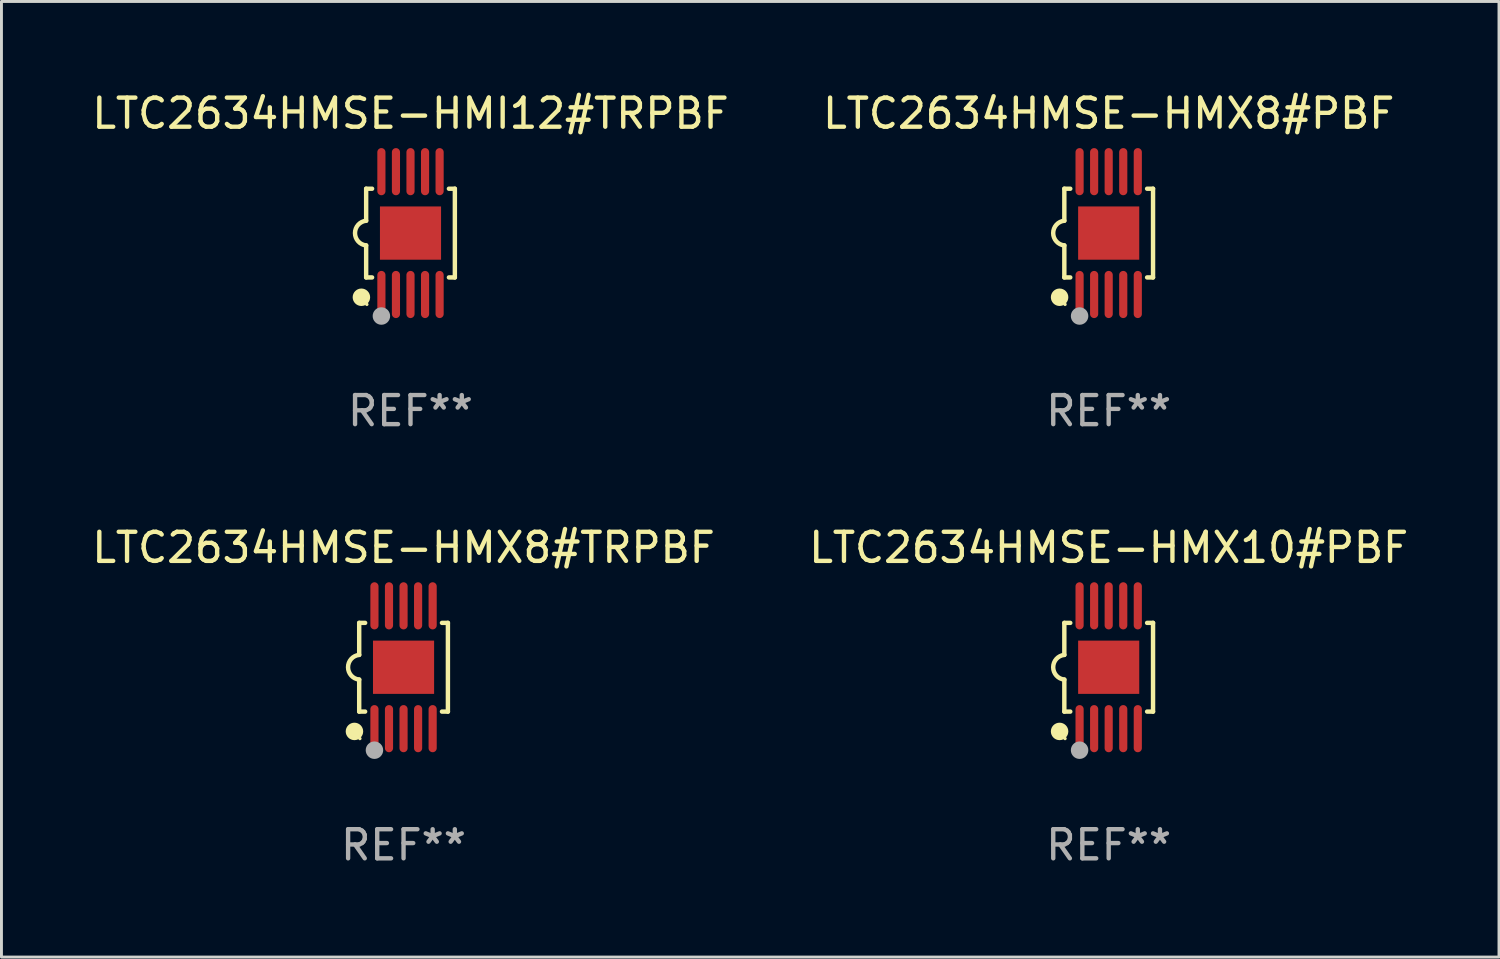
<source format=kicad_pcb>
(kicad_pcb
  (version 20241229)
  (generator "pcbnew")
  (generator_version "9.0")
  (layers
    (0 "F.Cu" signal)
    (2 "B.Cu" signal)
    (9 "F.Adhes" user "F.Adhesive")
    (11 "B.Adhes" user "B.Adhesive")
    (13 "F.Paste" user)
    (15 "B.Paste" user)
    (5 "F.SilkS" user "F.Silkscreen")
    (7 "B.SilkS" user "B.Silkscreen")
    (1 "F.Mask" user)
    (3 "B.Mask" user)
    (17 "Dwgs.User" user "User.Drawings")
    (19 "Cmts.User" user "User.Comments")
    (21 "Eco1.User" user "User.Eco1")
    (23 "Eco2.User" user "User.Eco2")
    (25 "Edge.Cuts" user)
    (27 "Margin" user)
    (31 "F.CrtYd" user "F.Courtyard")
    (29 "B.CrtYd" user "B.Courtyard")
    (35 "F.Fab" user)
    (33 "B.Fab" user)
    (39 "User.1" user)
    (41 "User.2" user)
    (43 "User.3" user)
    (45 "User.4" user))
  (footprint "LTC2634HMSE-HMX8#TRPBF"
    (layer "F.Cu")
    (at 10.815 19.875)
    (property "Reference" "LTC2634HMSE-HMX8#TRPBF" (at 0 -4.11 0) (layer "F.SilkS") (effects (font (size 1 1) (thickness 0.15))))
    (attr through_hole)
    (fp_line (start -1.524 -1.524) (end -1.524 -0.424) (stroke (width 0.152) (type solid)) (layer "F.SilkS"))
    (fp_line (start -1.524 1.524) (end -1.524 0.424) (stroke (width 0.152) (type solid)) (layer "F.SilkS"))
    (fp_line (start -1.524 1.524) (end -1.32 1.524) (stroke (width 0.152) (type solid)) (layer "F.SilkS"))
    (fp_line (start -1.32 -1.524) (end -1.524 -1.524) (stroke (width 0.152) (type solid)) (layer "F.SilkS"))
    (fp_line (start 1.32 1.524) (end 1.524 1.524) (stroke (width 0.152) (type solid)) (layer "F.SilkS"))
    (fp_line (start 1.524 -1.524) (end 1.32 -1.524) (stroke (width 0.152) (type solid)) (layer "F.SilkS"))
    (fp_line (start 1.524 1.524) (end 1.524 -1.524) (stroke (width 0.152) (type solid)) (layer "F.SilkS"))
    (fp_arc (start -1.524003 0.424003) (mid -1.906663 -0.000089) (end -1.524004 -0.424181) (stroke (width 0.151994) (type solid)) (layer "F.SilkS"))
    (fp_circle (center -1.687 2.205) (end -1.537 2.205) (stroke (width 0.3) (type solid)) (fill no) (layer "F.SilkS"))
    (fp_circle (center -1.5 2.45) (end -1.47 2.45) (stroke (width 0.06) (type solid)) (fill no) (layer "F.SilkS"))
    (fp_circle (center -1 2.85) (end -0.85 2.85) (stroke (width 0.3) (type solid)) (fill no) (layer "F.Fab"))
    (fp_text user "REF**" (at 0 6.11 0) (layer "F.Fab") (effects (font (size 1 1) (thickness 0.15))))
    (pad "1" smd oval (at -1 2.11) (size 0.28 1.62) (layers "F.Cu" "F.Mask" "F.Paste"))
    (pad "2" smd oval (at -0.5 2.11) (size 0.28 1.62) (layers "F.Cu" "F.Mask" "F.Paste"))
    (pad "3" smd oval (at 0 2.11) (size 0.28 1.62) (layers "F.Cu" "F.Mask" "F.Paste"))
    (pad "4" smd oval (at 0.5 2.11) (size 0.28 1.62) (layers "F.Cu" "F.Mask" "F.Paste"))
    (pad "5" smd oval (at 1 2.11) (size 0.28 1.62) (layers "F.Cu" "F.Mask" "F.Paste"))
    (pad "6" smd oval (at 1 -2.11) (size 0.28 1.62) (layers "F.Cu" "F.Mask" "F.Paste"))
    (pad "7" smd oval (at 0.5 -2.11) (size 0.28 1.62) (layers "F.Cu" "F.Mask" "F.Paste"))
    (pad "8" smd oval (at 0 -2.11) (size 0.28 1.62) (layers "F.Cu" "F.Mask" "F.Paste"))
    (pad "9" smd oval (at -0.5 -2.11) (size 0.28 1.62) (layers "F.Cu" "F.Mask" "F.Paste"))
    (pad "10" smd oval (at -1 -2.11) (size 0.28 1.62) (layers "F.Cu" "F.Mask" "F.Paste"))
    (pad "11" smd rect (at 0 0) (size 2.1 1.83) (layers "F.Cu" "F.Mask" "F.Paste")))
  (footprint "LTC2634HMSE-HMX10#PBF"
    (layer "F.Cu")
    (at 35.042 19.875)
    (property "Reference" "LTC2634HMSE-HMX10#PBF" (at 0 -4.11 0) (layer "F.SilkS") (effects (font (size 1 1) (thickness 0.15))))
    (attr through_hole)
    (fp_line (start -1.524 -1.524) (end -1.524 -0.424) (stroke (width 0.152) (type solid)) (layer "F.SilkS"))
    (fp_line (start -1.524 1.524) (end -1.524 0.424) (stroke (width 0.152) (type solid)) (layer "F.SilkS"))
    (fp_line (start -1.524 1.524) (end -1.32 1.524) (stroke (width 0.152) (type solid)) (layer "F.SilkS"))
    (fp_line (start -1.32 -1.524) (end -1.524 -1.524) (stroke (width 0.152) (type solid)) (layer "F.SilkS"))
    (fp_line (start 1.32 1.524) (end 1.524 1.524) (stroke (width 0.152) (type solid)) (layer "F.SilkS"))
    (fp_line (start 1.524 -1.524) (end 1.32 -1.524) (stroke (width 0.152) (type solid)) (layer "F.SilkS"))
    (fp_line (start 1.524 1.524) (end 1.524 -1.524) (stroke (width 0.152) (type solid)) (layer "F.SilkS"))
    (fp_arc (start -1.524003 0.424003) (mid -1.906663 -0.000089) (end -1.524004 -0.424181) (stroke (width 0.151994) (type solid)) (layer "F.SilkS"))
    (fp_circle (center -1.687 2.205) (end -1.537 2.205) (stroke (width 0.3) (type solid)) (fill no) (layer "F.SilkS"))
    (fp_circle (center -1.5 2.45) (end -1.47 2.45) (stroke (width 0.06) (type solid)) (fill no) (layer "F.SilkS"))
    (fp_circle (center -1 2.85) (end -0.85 2.85) (stroke (width 0.3) (type solid)) (fill no) (layer "F.Fab"))
    (fp_text user "REF**" (at 0 6.11 0) (layer "F.Fab") (effects (font (size 1 1) (thickness 0.15))))
    (pad "1" smd oval (at -1 2.11) (size 0.28 1.62) (layers "F.Cu" "F.Mask" "F.Paste"))
    (pad "2" smd oval (at -0.5 2.11) (size 0.28 1.62) (layers "F.Cu" "F.Mask" "F.Paste"))
    (pad "3" smd oval (at 0 2.11) (size 0.28 1.62) (layers "F.Cu" "F.Mask" "F.Paste"))
    (pad "4" smd oval (at 0.5 2.11) (size 0.28 1.62) (layers "F.Cu" "F.Mask" "F.Paste"))
    (pad "5" smd oval (at 1 2.11) (size 0.28 1.62) (layers "F.Cu" "F.Mask" "F.Paste"))
    (pad "6" smd oval (at 1 -2.11) (size 0.28 1.62) (layers "F.Cu" "F.Mask" "F.Paste"))
    (pad "7" smd oval (at 0.5 -2.11) (size 0.28 1.62) (layers "F.Cu" "F.Mask" "F.Paste"))
    (pad "8" smd oval (at 0 -2.11) (size 0.28 1.62) (layers "F.Cu" "F.Mask" "F.Paste"))
    (pad "9" smd oval (at -0.5 -2.11) (size 0.28 1.62) (layers "F.Cu" "F.Mask" "F.Paste"))
    (pad "10" smd oval (at -1 -2.11) (size 0.28 1.62) (layers "F.Cu" "F.Mask" "F.Paste"))
    (pad "11" smd rect (at 0 0) (size 2.1 1.83) (layers "F.Cu" "F.Mask" "F.Paste")))
  (footprint "LTC2634HMSE-HMX8#PBF"
    (layer "F.Cu")
    (at 35.042 4.958)
    (property "Reference" "LTC2634HMSE-HMX8#PBF" (at 0 -4.11 0) (layer "F.SilkS") (effects (font (size 1 1) (thickness 0.15))))
    (attr through_hole)
    (fp_line (start -1.524 -1.524) (end -1.524 -0.424) (stroke (width 0.152) (type solid)) (layer "F.SilkS"))
    (fp_line (start -1.524 1.524) (end -1.524 0.424) (stroke (width 0.152) (type solid)) (layer "F.SilkS"))
    (fp_line (start -1.524 1.524) (end -1.32 1.524) (stroke (width 0.152) (type solid)) (layer "F.SilkS"))
    (fp_line (start -1.32 -1.524) (end -1.524 -1.524) (stroke (width 0.152) (type solid)) (layer "F.SilkS"))
    (fp_line (start 1.32 1.524) (end 1.524 1.524) (stroke (width 0.152) (type solid)) (layer "F.SilkS"))
    (fp_line (start 1.524 -1.524) (end 1.32 -1.524) (stroke (width 0.152) (type solid)) (layer "F.SilkS"))
    (fp_line (start 1.524 1.524) (end 1.524 -1.524) (stroke (width 0.152) (type solid)) (layer "F.SilkS"))
    (fp_arc (start -1.524003 0.424003) (mid -1.906663 -0.000089) (end -1.524004 -0.424181) (stroke (width 0.151994) (type solid)) (layer "F.SilkS"))
    (fp_circle (center -1.687 2.205) (end -1.537 2.205) (stroke (width 0.3) (type solid)) (fill no) (layer "F.SilkS"))
    (fp_circle (center -1.5 2.45) (end -1.47 2.45) (stroke (width 0.06) (type solid)) (fill no) (layer "F.SilkS"))
    (fp_circle (center -1 2.85) (end -0.85 2.85) (stroke (width 0.3) (type solid)) (fill no) (layer "F.Fab"))
    (fp_text user "REF**" (at 0 6.11 0) (layer "F.Fab") (effects (font (size 1 1) (thickness 0.15))))
    (pad "1" smd oval (at -1 2.11) (size 0.28 1.62) (layers "F.Cu" "F.Mask" "F.Paste"))
    (pad "2" smd oval (at -0.5 2.11) (size 0.28 1.62) (layers "F.Cu" "F.Mask" "F.Paste"))
    (pad "3" smd oval (at 0 2.11) (size 0.28 1.62) (layers "F.Cu" "F.Mask" "F.Paste"))
    (pad "4" smd oval (at 0.5 2.11) (size 0.28 1.62) (layers "F.Cu" "F.Mask" "F.Paste"))
    (pad "5" smd oval (at 1 2.11) (size 0.28 1.62) (layers "F.Cu" "F.Mask" "F.Paste"))
    (pad "6" smd oval (at 1 -2.11) (size 0.28 1.62) (layers "F.Cu" "F.Mask" "F.Paste"))
    (pad "7" smd oval (at 0.5 -2.11) (size 0.28 1.62) (layers "F.Cu" "F.Mask" "F.Paste"))
    (pad "8" smd oval (at 0 -2.11) (size 0.28 1.62) (layers "F.Cu" "F.Mask" "F.Paste"))
    (pad "9" smd oval (at -0.5 -2.11) (size 0.28 1.62) (layers "F.Cu" "F.Mask" "F.Paste"))
    (pad "10" smd oval (at -1 -2.11) (size 0.28 1.62) (layers "F.Cu" "F.Mask" "F.Paste"))
    (pad "11" smd rect (at 0 0) (size 2.1 1.83) (layers "F.Cu" "F.Mask" "F.Paste")))
  (footprint "LTC2634HMSE-HMI12#TRPBF"
    (layer "F.Cu")
    (at 11.054 4.958)
    (property "Reference" "LTC2634HMSE-HMI12#TRPBF" (at 0 -4.11 0) (layer "F.SilkS") (effects (font (size 1 1) (thickness 0.15))))
    (attr through_hole)
    (fp_line (start -1.524 -1.524) (end -1.524 -0.424) (stroke (width 0.152) (type solid)) (layer "F.SilkS"))
    (fp_line (start -1.524 1.524) (end -1.524 0.424) (stroke (width 0.152) (type solid)) (layer "F.SilkS"))
    (fp_line (start -1.524 1.524) (end -1.32 1.524) (stroke (width 0.152) (type solid)) (layer "F.SilkS"))
    (fp_line (start -1.32 -1.524) (end -1.524 -1.524) (stroke (width 0.152) (type solid)) (layer "F.SilkS"))
    (fp_line (start 1.32 1.524) (end 1.524 1.524) (stroke (width 0.152) (type solid)) (layer "F.SilkS"))
    (fp_line (start 1.524 -1.524) (end 1.32 -1.524) (stroke (width 0.152) (type solid)) (layer "F.SilkS"))
    (fp_line (start 1.524 1.524) (end 1.524 -1.524) (stroke (width 0.152) (type solid)) (layer "F.SilkS"))
    (fp_arc (start -1.524003 0.424003) (mid -1.906663 -0.000089) (end -1.524004 -0.424181) (stroke (width 0.151994) (type solid)) (layer "F.SilkS"))
    (fp_circle (center -1.687 2.205) (end -1.537 2.205) (stroke (width 0.3) (type solid)) (fill no) (layer "F.SilkS"))
    (fp_circle (center -1.5 2.45) (end -1.47 2.45) (stroke (width 0.06) (type solid)) (fill no) (layer "F.SilkS"))
    (fp_circle (center -1 2.85) (end -0.85 2.85) (stroke (width 0.3) (type solid)) (fill no) (layer "F.Fab"))
    (fp_text user "REF**" (at 0 6.11 0) (layer "F.Fab") (effects (font (size 1 1) (thickness 0.15))))
    (pad "1" smd oval (at -1 2.11) (size 0.28 1.62) (layers "F.Cu" "F.Mask" "F.Paste"))
    (pad "2" smd oval (at -0.5 2.11) (size 0.28 1.62) (layers "F.Cu" "F.Mask" "F.Paste"))
    (pad "3" smd oval (at 0 2.11) (size 0.28 1.62) (layers "F.Cu" "F.Mask" "F.Paste"))
    (pad "4" smd oval (at 0.5 2.11) (size 0.28 1.62) (layers "F.Cu" "F.Mask" "F.Paste"))
    (pad "5" smd oval (at 1 2.11) (size 0.28 1.62) (layers "F.Cu" "F.Mask" "F.Paste"))
    (pad "6" smd oval (at 1 -2.11) (size 0.28 1.62) (layers "F.Cu" "F.Mask" "F.Paste"))
    (pad "7" smd oval (at 0.5 -2.11) (size 0.28 1.62) (layers "F.Cu" "F.Mask" "F.Paste"))
    (pad "8" smd oval (at 0 -2.11) (size 0.28 1.62) (layers "F.Cu" "F.Mask" "F.Paste"))
    (pad "9" smd oval (at -0.5 -2.11) (size 0.28 1.62) (layers "F.Cu" "F.Mask" "F.Paste"))
    (pad "10" smd oval (at -1 -2.11) (size 0.28 1.62) (layers "F.Cu" "F.Mask" "F.Paste"))
    (pad "11" smd rect (at 0 0) (size 2.1 1.83) (layers "F.Cu" "F.Mask" "F.Paste")))
  (gr_rect
    (start -3 -3)
    (end 48.452 29.833)
    (stroke (width 0.1) (type default))
    (fill no)
    (layer "Edge.Cuts")))
</source>
